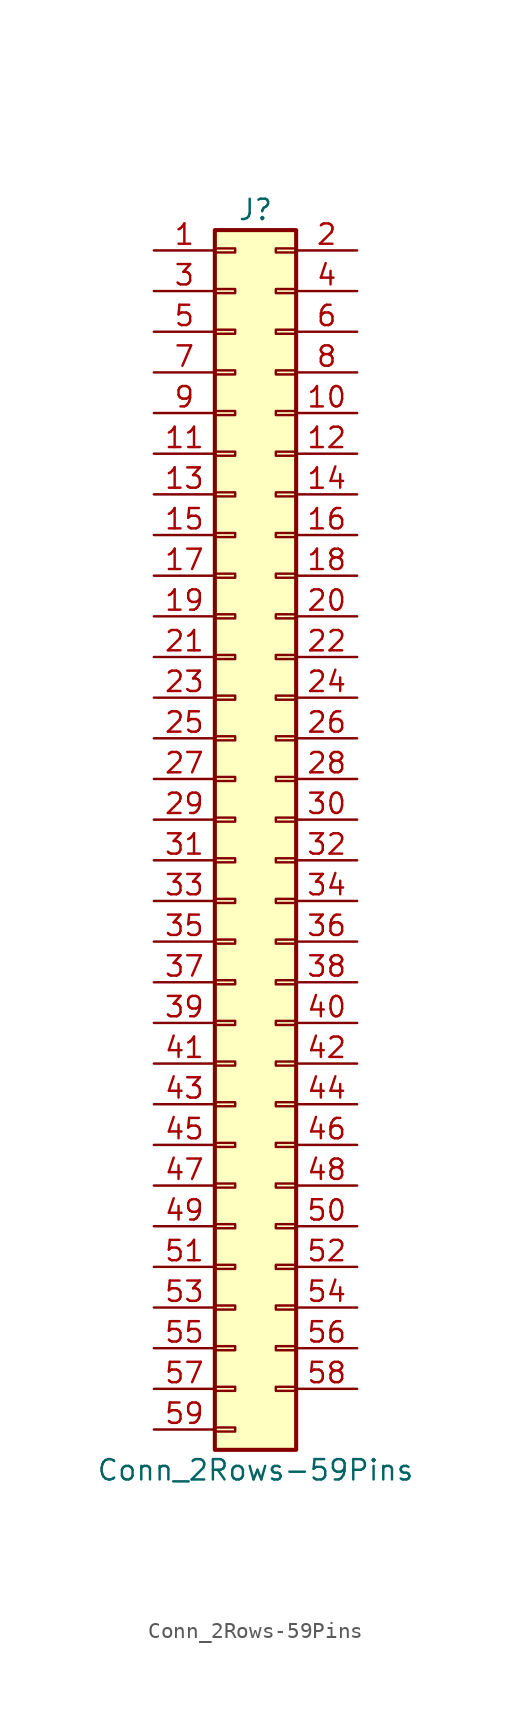
<source format=kicad_sym>
(kicad_symbol_lib
  (version 20201005)
  (generator kicad_symbol_editor)
  (symbol "Connector_Generic:Conn_2Rows-59Pins"
    (pin_names
      (offset 1.016) hide)
    (property "Reference" "J"
      (at 1.27 38.1 0)
      (effects (font (size 1.27 1.27))))
    (property "Value" "Conn_2Rows-59Pins"
      (at 1.27 -40.64 0)
      (effects (font (size 1.27 1.27))))
    (symbol "Conn_2Rows-59Pins_1_1"
      (rectangle (start -1.27 -27.813) (end 0 -28.067) (stroke (width 0.152)) (fill (type none)))
      (rectangle (start -1.27 -30.353) (end 0 -30.607) (stroke (width 0.152)) (fill (type none)))
      (rectangle (start -1.27 -32.893) (end 0 -33.147) (stroke (width 0.152)) (fill (type none)))
      (rectangle (start -1.27 -35.433) (end 0 -35.687) (stroke (width 0.152)) (fill (type none)))
      (rectangle (start -1.27 -37.973) (end 0 -38.227) (stroke (width 0.152)) (fill (type none)))
      (rectangle (start -1.27 -4.953) (end 0 -5.207) (stroke (width 0.152)) (fill (type none)))
      (rectangle (start -1.27 -7.493) (end 0 -7.747) (stroke (width 0.152)) (fill (type none)))
      (rectangle (start -1.27 -10.033) (end 0 -10.287) (stroke (width 0.152)) (fill (type none)))
      (rectangle (start -1.27 -12.573) (end 0 -12.827) (stroke (width 0.152)) (fill (type none)))
      (rectangle (start -1.27 -15.113) (end 0 -15.367) (stroke (width 0.152)) (fill (type none)))
      (rectangle (start -1.27 -17.653) (end 0 -17.907) (stroke (width 0.152)) (fill (type none)))
      (rectangle (start -1.27 -20.193) (end 0 -20.447) (stroke (width 0.152)) (fill (type none)))
      (rectangle (start -1.27 -22.733) (end 0 -22.987) (stroke (width 0.152)) (fill (type none)))
      (rectangle (start -1.27 -2.413) (end 0 -2.667) (stroke (width 0.152)) (fill (type none)))
      (rectangle (start -1.27 -25.273) (end 0 -25.527) (stroke (width 0.152)) (fill (type none)))
      (rectangle (start -1.27 25.527) (end 0 25.273) (stroke (width 0.152)) (fill (type none)))
      (rectangle (start -1.27 2.667) (end 0 2.413) (stroke (width 0.152)) (fill (type none)))
      (rectangle (start -1.27 28.067) (end 0 27.813) (stroke (width 0.152)) (fill (type none)))
      (rectangle (start -1.27 30.607) (end 0 30.353) (stroke (width 0.152)) (fill (type none)))
      (rectangle (start -1.27 33.147) (end 0 32.893) (stroke (width 0.152)) (fill (type none)))
      (rectangle (start -1.27 35.687) (end 0 35.433) (stroke (width 0.152)) (fill (type none)))
      (rectangle (start -1.27 36.83) (end 3.81 -39.37) (stroke (width 0.254)) (fill (type background)))
      (rectangle (start -1.27 5.207) (end 0 4.953) (stroke (width 0.152)) (fill (type none)))
      (rectangle (start -1.27 7.747) (end 0 7.493) (stroke (width 0.152)) (fill (type none)))
      (rectangle (start -1.27 10.287) (end 0 10.033) (stroke (width 0.152)) (fill (type none)))
      (rectangle (start -1.27 0.127) (end 0 -0.127) (stroke (width 0.152)) (fill (type none)))
      (rectangle (start -1.27 12.827) (end 0 12.573) (stroke (width 0.152)) (fill (type none)))
      (rectangle (start -1.27 15.367) (end 0 15.113) (stroke (width 0.152)) (fill (type none)))
      (rectangle (start -1.27 17.907) (end 0 17.653) (stroke (width 0.152)) (fill (type none)))
      (rectangle (start -1.27 20.447) (end 0 20.193) (stroke (width 0.152)) (fill (type none)))
      (rectangle (start -1.27 22.987) (end 0 22.733) (stroke (width 0.152)) (fill (type none)))
      (rectangle (start 3.81 -27.813) (end 2.54 -28.067) (stroke (width 0.152)) (fill (type none)))
      (rectangle (start 3.81 -30.353) (end 2.54 -30.607) (stroke (width 0.152)) (fill (type none)))
      (rectangle (start 3.81 -32.893) (end 2.54 -33.147) (stroke (width 0.152)) (fill (type none)))
      (rectangle (start 3.81 -35.433) (end 2.54 -35.687) (stroke (width 0.152)) (fill (type none)))
      (rectangle (start 3.81 -4.953) (end 2.54 -5.207) (stroke (width 0.152)) (fill (type none)))
      (rectangle (start 3.81 -7.493) (end 2.54 -7.747) (stroke (width 0.152)) (fill (type none)))
      (rectangle (start 3.81 -10.033) (end 2.54 -10.287) (stroke (width 0.152)) (fill (type none)))
      (rectangle (start 3.81 -12.573) (end 2.54 -12.827) (stroke (width 0.152)) (fill (type none)))
      (rectangle (start 3.81 -15.113) (end 2.54 -15.367) (stroke (width 0.152)) (fill (type none)))
      (rectangle (start 3.81 -17.653) (end 2.54 -17.907) (stroke (width 0.152)) (fill (type none)))
      (rectangle (start 3.81 -20.193) (end 2.54 -20.447) (stroke (width 0.152)) (fill (type none)))
      (rectangle (start 3.81 -22.733) (end 2.54 -22.987) (stroke (width 0.152)) (fill (type none)))
      (rectangle (start 3.81 -2.413) (end 2.54 -2.667) (stroke (width 0.152)) (fill (type none)))
      (rectangle (start 3.81 -25.273) (end 2.54 -25.527) (stroke (width 0.152)) (fill (type none)))
      (rectangle (start 3.81 25.527) (end 2.54 25.273) (stroke (width 0.152)) (fill (type none)))
      (rectangle (start 3.81 2.667) (end 2.54 2.413) (stroke (width 0.152)) (fill (type none)))
      (rectangle (start 3.81 28.067) (end 2.54 27.813) (stroke (width 0.152)) (fill (type none)))
      (rectangle (start 3.81 30.607) (end 2.54 30.353) (stroke (width 0.152)) (fill (type none)))
      (rectangle (start 3.81 33.147) (end 2.54 32.893) (stroke (width 0.152)) (fill (type none)))
      (rectangle (start 3.81 35.687) (end 2.54 35.433) (stroke (width 0.152)) (fill (type none)))
      (rectangle (start 3.81 5.207) (end 2.54 4.953) (stroke (width 0.152)) (fill (type none)))
      (rectangle (start 3.81 7.747) (end 2.54 7.493) (stroke (width 0.152)) (fill (type none)))
      (rectangle (start 3.81 10.287) (end 2.54 10.033) (stroke (width 0.152)) (fill (type none)))
      (rectangle (start 3.81 0.127) (end 2.54 -0.127) (stroke (width 0.152)) (fill (type none)))
      (rectangle (start 3.81 12.827) (end 2.54 12.573) (stroke (width 0.152)) (fill (type none)))
      (rectangle (start 3.81 15.367) (end 2.54 15.113) (stroke (width 0.152)) (fill (type none)))
      (rectangle (start 3.81 17.907) (end 2.54 17.653) (stroke (width 0.152)) (fill (type none)))
      (rectangle (start 3.81 20.447) (end 2.54 20.193) (stroke (width 0.152)) (fill (type none)))
      (rectangle (start 3.81 22.987) (end 2.54 22.733) (stroke (width 0.152)) (fill (type none)))
      (pin passive line (at -5.08 35.56 0) (length 3.81) (name "Pin_1" (effects (font (size 1.27 1.27)))) (number "1" (effects (font (size 1.27 1.27)))))
      (pin passive line (at 7.62 25.4 180) (length 3.81) (name "Pin_10" (effects (font (size 1.27 1.27)))) (number "10" (effects (font (size 1.27 1.27)))))
      (pin passive line (at -5.08 22.86 0) (length 3.81) (name "Pin_11" (effects (font (size 1.27 1.27)))) (number "11" (effects (font (size 1.27 1.27)))))
      (pin passive line (at 7.62 22.86 180) (length 3.81) (name "Pin_12" (effects (font (size 1.27 1.27)))) (number "12" (effects (font (size 1.27 1.27)))))
      (pin passive line (at -5.08 20.32 0) (length 3.81) (name "Pin_13" (effects (font (size 1.27 1.27)))) (number "13" (effects (font (size 1.27 1.27)))))
      (pin passive line (at 7.62 20.32 180) (length 3.81) (name "Pin_14" (effects (font (size 1.27 1.27)))) (number "14" (effects (font (size 1.27 1.27)))))
      (pin passive line (at -5.08 17.78 0) (length 3.81) (name "Pin_15" (effects (font (size 1.27 1.27)))) (number "15" (effects (font (size 1.27 1.27)))))
      (pin passive line (at 7.62 17.78 180) (length 3.81) (name "Pin_16" (effects (font (size 1.27 1.27)))) (number "16" (effects (font (size 1.27 1.27)))))
      (pin passive line (at -5.08 15.24 0) (length 3.81) (name "Pin_17" (effects (font (size 1.27 1.27)))) (number "17" (effects (font (size 1.27 1.27)))))
      (pin passive line (at 7.62 15.24 180) (length 3.81) (name "Pin_18" (effects (font (size 1.27 1.27)))) (number "18" (effects (font (size 1.27 1.27)))))
      (pin passive line (at -5.08 12.7 0) (length 3.81) (name "Pin_19" (effects (font (size 1.27 1.27)))) (number "19" (effects (font (size 1.27 1.27)))))
      (pin passive line (at 7.62 35.56 180) (length 3.81) (name "Pin_2" (effects (font (size 1.27 1.27)))) (number "2" (effects (font (size 1.27 1.27)))))
      (pin passive line (at 7.62 12.7 180) (length 3.81) (name "Pin_20" (effects (font (size 1.27 1.27)))) (number "20" (effects (font (size 1.27 1.27)))))
      (pin passive line (at -5.08 10.16 0) (length 3.81) (name "Pin_21" (effects (font (size 1.27 1.27)))) (number "21" (effects (font (size 1.27 1.27)))))
      (pin passive line (at 7.62 10.16 180) (length 3.81) (name "Pin_22" (effects (font (size 1.27 1.27)))) (number "22" (effects (font (size 1.27 1.27)))))
      (pin passive line (at -5.08 7.62 0) (length 3.81) (name "Pin_23" (effects (font (size 1.27 1.27)))) (number "23" (effects (font (size 1.27 1.27)))))
      (pin passive line (at 7.62 7.62 180) (length 3.81) (name "Pin_24" (effects (font (size 1.27 1.27)))) (number "24" (effects (font (size 1.27 1.27)))))
      (pin passive line (at -5.08 5.08 0) (length 3.81) (name "Pin_25" (effects (font (size 1.27 1.27)))) (number "25" (effects (font (size 1.27 1.27)))))
      (pin passive line (at 7.62 5.08 180) (length 3.81) (name "Pin_26" (effects (font (size 1.27 1.27)))) (number "26" (effects (font (size 1.27 1.27)))))
      (pin passive line (at -5.08 2.54 0) (length 3.81) (name "Pin_27" (effects (font (size 1.27 1.27)))) (number "27" (effects (font (size 1.27 1.27)))))
      (pin passive line (at 7.62 2.54 180) (length 3.81) (name "Pin_28" (effects (font (size 1.27 1.27)))) (number "28" (effects (font (size 1.27 1.27)))))
      (pin passive line (at -5.08 0 0) (length 3.81) (name "Pin_29" (effects (font (size 1.27 1.27)))) (number "29" (effects (font (size 1.27 1.27)))))
      (pin passive line (at -5.08 33.02 0) (length 3.81) (name "Pin_3" (effects (font (size 1.27 1.27)))) (number "3" (effects (font (size 1.27 1.27)))))
      (pin passive line (at 7.62 0 180) (length 3.81) (name "Pin_30" (effects (font (size 1.27 1.27)))) (number "30" (effects (font (size 1.27 1.27)))))
      (pin passive line (at -5.08 -2.54 0) (length 3.81) (name "Pin_31" (effects (font (size 1.27 1.27)))) (number "31" (effects (font (size 1.27 1.27)))))
      (pin passive line (at 7.62 -2.54 180) (length 3.81) (name "Pin_32" (effects (font (size 1.27 1.27)))) (number "32" (effects (font (size 1.27 1.27)))))
      (pin passive line (at -5.08 -5.08 0) (length 3.81) (name "Pin_33" (effects (font (size 1.27 1.27)))) (number "33" (effects (font (size 1.27 1.27)))))
      (pin passive line (at 7.62 -5.08 180) (length 3.81) (name "Pin_34" (effects (font (size 1.27 1.27)))) (number "34" (effects (font (size 1.27 1.27)))))
      (pin passive line (at -5.08 -7.62 0) (length 3.81) (name "Pin_35" (effects (font (size 1.27 1.27)))) (number "35" (effects (font (size 1.27 1.27)))))
      (pin passive line (at 7.62 -7.62 180) (length 3.81) (name "Pin_36" (effects (font (size 1.27 1.27)))) (number "36" (effects (font (size 1.27 1.27)))))
      (pin passive line (at -5.08 -10.16 0) (length 3.81) (name "Pin_37" (effects (font (size 1.27 1.27)))) (number "37" (effects (font (size 1.27 1.27)))))
      (pin passive line (at 7.62 -10.16 180) (length 3.81) (name "Pin_38" (effects (font (size 1.27 1.27)))) (number "38" (effects (font (size 1.27 1.27)))))
      (pin passive line (at -5.08 -12.7 0) (length 3.81) (name "Pin_39" (effects (font (size 1.27 1.27)))) (number "39" (effects (font (size 1.27 1.27)))))
      (pin passive line (at 7.62 33.02 180) (length 3.81) (name "Pin_4" (effects (font (size 1.27 1.27)))) (number "4" (effects (font (size 1.27 1.27)))))
      (pin passive line (at 7.62 -12.7 180) (length 3.81) (name "Pin_40" (effects (font (size 1.27 1.27)))) (number "40" (effects (font (size 1.27 1.27)))))
      (pin passive line (at -5.08 -15.24 0) (length 3.81) (name "Pin_41" (effects (font (size 1.27 1.27)))) (number "41" (effects (font (size 1.27 1.27)))))
      (pin passive line (at 7.62 -15.24 180) (length 3.81) (name "Pin_42" (effects (font (size 1.27 1.27)))) (number "42" (effects (font (size 1.27 1.27)))))
      (pin passive line (at -5.08 -17.78 0) (length 3.81) (name "Pin_43" (effects (font (size 1.27 1.27)))) (number "43" (effects (font (size 1.27 1.27)))))
      (pin passive line (at 7.62 -17.78 180) (length 3.81) (name "Pin_44" (effects (font (size 1.27 1.27)))) (number "44" (effects (font (size 1.27 1.27)))))
      (pin passive line (at -5.08 -20.32 0) (length 3.81) (name "Pin_45" (effects (font (size 1.27 1.27)))) (number "45" (effects (font (size 1.27 1.27)))))
      (pin passive line (at 7.62 -20.32 180) (length 3.81) (name "Pin_46" (effects (font (size 1.27 1.27)))) (number "46" (effects (font (size 1.27 1.27)))))
      (pin passive line (at -5.08 -22.86 0) (length 3.81) (name "Pin_47" (effects (font (size 1.27 1.27)))) (number "47" (effects (font (size 1.27 1.27)))))
      (pin passive line (at 7.62 -22.86 180) (length 3.81) (name "Pin_48" (effects (font (size 1.27 1.27)))) (number "48" (effects (font (size 1.27 1.27)))))
      (pin passive line (at -5.08 -25.4 0) (length 3.81) (name "Pin_49" (effects (font (size 1.27 1.27)))) (number "49" (effects (font (size 1.27 1.27)))))
      (pin passive line (at -5.08 30.48 0) (length 3.81) (name "Pin_5" (effects (font (size 1.27 1.27)))) (number "5" (effects (font (size 1.27 1.27)))))
      (pin passive line (at 7.62 -25.4 180) (length 3.81) (name "Pin_50" (effects (font (size 1.27 1.27)))) (number "50" (effects (font (size 1.27 1.27)))))
      (pin passive line (at -5.08 -27.94 0) (length 3.81) (name "Pin_51" (effects (font (size 1.27 1.27)))) (number "51" (effects (font (size 1.27 1.27)))))
      (pin passive line (at 7.62 -27.94 180) (length 3.81) (name "Pin_52" (effects (font (size 1.27 1.27)))) (number "52" (effects (font (size 1.27 1.27)))))
      (pin passive line (at -5.08 -30.48 0) (length 3.81) (name "Pin_53" (effects (font (size 1.27 1.27)))) (number "53" (effects (font (size 1.27 1.27)))))
      (pin passive line (at 7.62 -30.48 180) (length 3.81) (name "Pin_54" (effects (font (size 1.27 1.27)))) (number "54" (effects (font (size 1.27 1.27)))))
      (pin passive line (at -5.08 -33.02 0) (length 3.81) (name "Pin_55" (effects (font (size 1.27 1.27)))) (number "55" (effects (font (size 1.27 1.27)))))
      (pin passive line (at 7.62 -33.02 180) (length 3.81) (name "Pin_56" (effects (font (size 1.27 1.27)))) (number "56" (effects (font (size 1.27 1.27)))))
      (pin passive line (at -5.08 -35.56 0) (length 3.81) (name "Pin_57" (effects (font (size 1.27 1.27)))) (number "57" (effects (font (size 1.27 1.27)))))
      (pin passive line (at 7.62 -35.56 180) (length 3.81) (name "Pin_58" (effects (font (size 1.27 1.27)))) (number "58" (effects (font (size 1.27 1.27)))))
      (pin passive line (at -5.08 -38.1 0) (length 3.81) (name "Pin_59" (effects (font (size 1.27 1.27)))) (number "59" (effects (font (size 1.27 1.27)))))
      (pin passive line (at 7.62 30.48 180) (length 3.81) (name "Pin_6" (effects (font (size 1.27 1.27)))) (number "6" (effects (font (size 1.27 1.27)))))
      (pin passive line (at -5.08 27.94 0) (length 3.81) (name "Pin_7" (effects (font (size 1.27 1.27)))) (number "7" (effects (font (size 1.27 1.27)))))
      (pin passive line (at 7.62 27.94 180) (length 3.81) (name "Pin_8" (effects (font (size 1.27 1.27)))) (number "8" (effects (font (size 1.27 1.27)))))
      (pin passive line (at -5.08 25.4 0) (length 3.81) (name "Pin_9" (effects (font (size 1.27 1.27)))) (number "9" (effects (font (size 1.27 1.27))))))))
</source>
